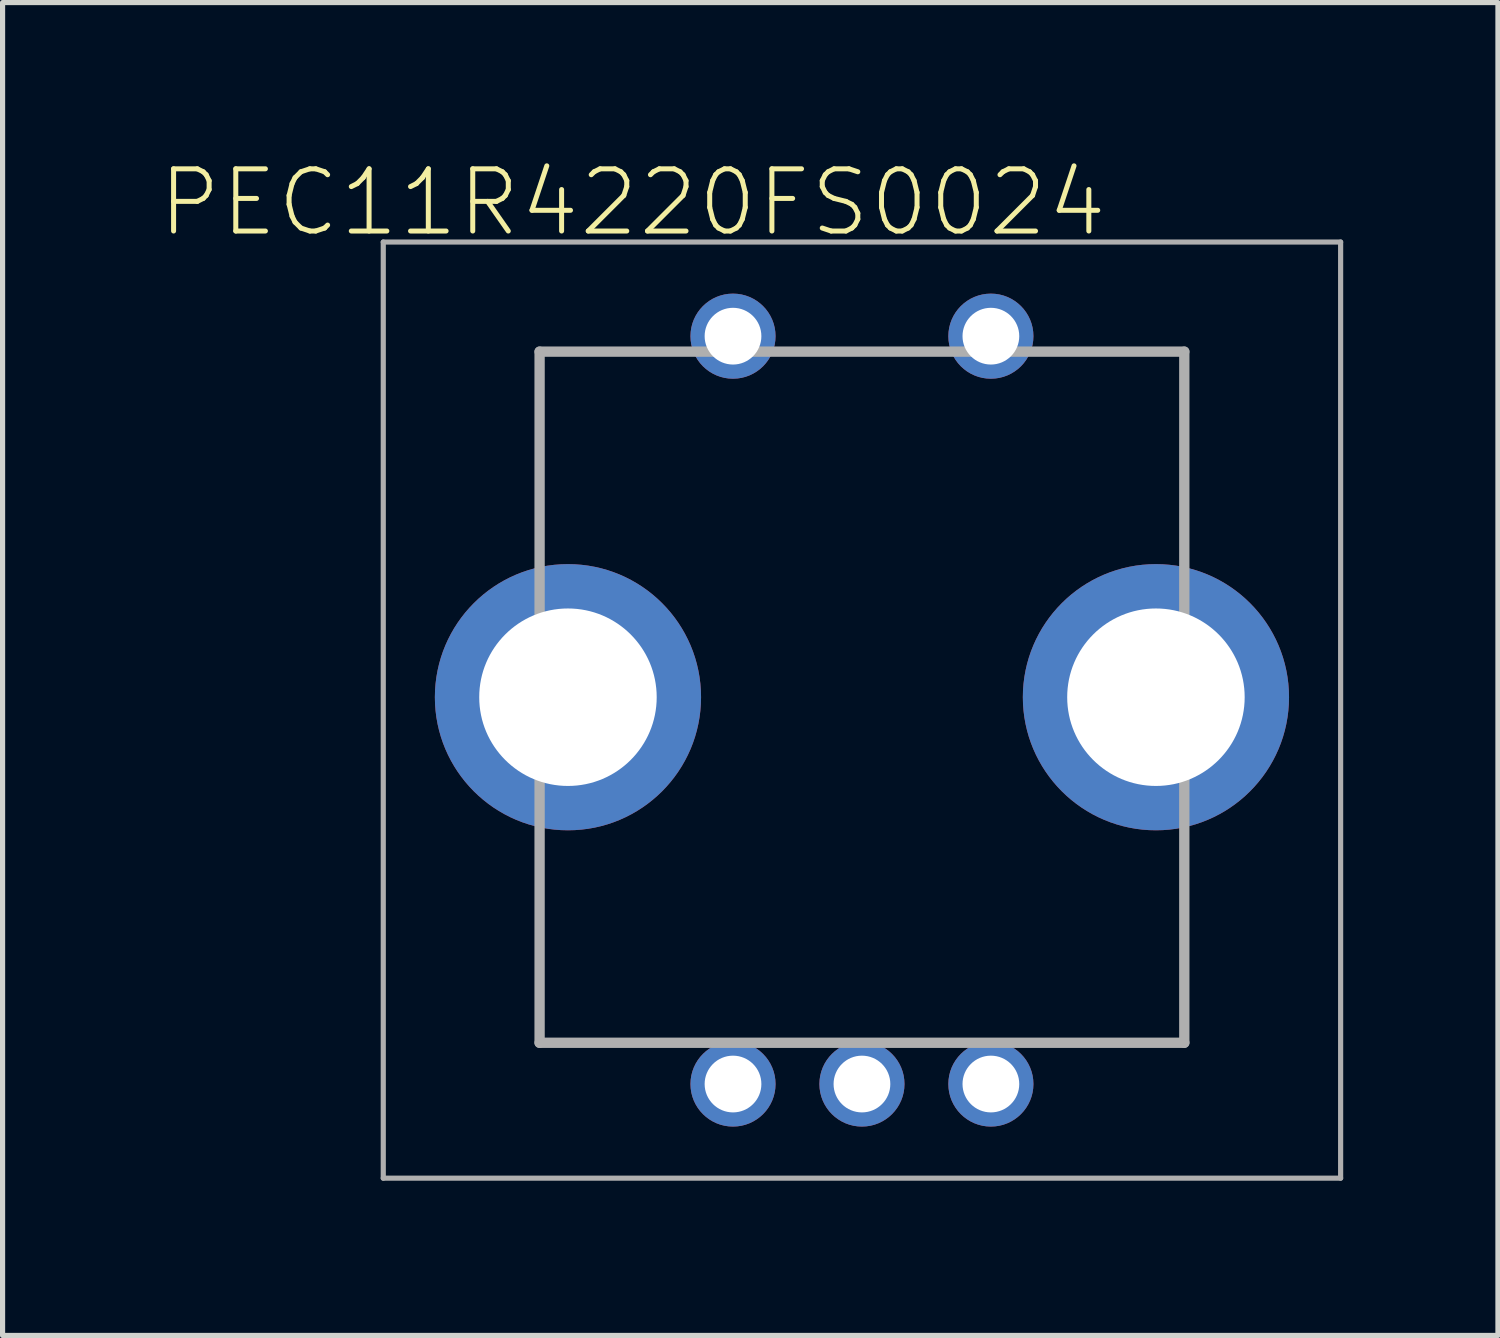
<source format=kicad_pcb>
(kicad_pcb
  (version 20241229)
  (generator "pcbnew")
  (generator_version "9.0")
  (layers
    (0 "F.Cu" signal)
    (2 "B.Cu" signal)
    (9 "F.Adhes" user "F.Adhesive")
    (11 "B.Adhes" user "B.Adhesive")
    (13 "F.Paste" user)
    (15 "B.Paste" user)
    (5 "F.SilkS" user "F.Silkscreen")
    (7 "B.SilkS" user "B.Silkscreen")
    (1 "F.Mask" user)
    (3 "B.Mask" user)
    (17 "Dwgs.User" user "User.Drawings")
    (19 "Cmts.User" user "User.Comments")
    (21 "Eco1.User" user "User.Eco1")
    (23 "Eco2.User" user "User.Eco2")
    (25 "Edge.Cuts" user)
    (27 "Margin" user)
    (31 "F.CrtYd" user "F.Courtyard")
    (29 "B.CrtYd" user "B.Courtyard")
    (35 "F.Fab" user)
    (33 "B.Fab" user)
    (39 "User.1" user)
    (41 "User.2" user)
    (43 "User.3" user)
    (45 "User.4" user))
  (footprint "PEC11R4220FS0024"
    (layer "F.Cu")
    (at 11.162 3.468)
    (property "Reference" "PEC11R4220FS0024" (at -1.945 -2.592 180) (layer "F.SilkS") (effects (font (size 1.206 1.206) (thickness 0.097))))
    (attr through_hole)
    (fp_line (start -3.75 0.3) (end -1.5 0.3) (stroke (width 0.1) (type solid)) (layer "F.SilkS"))
    (fp_line (start -3.75 4) (end -3.75 0.3) (stroke (width 0.1) (type solid)) (layer "F.SilkS"))
    (fp_line (start -3.75 10) (end -3.75 13.7) (stroke (width 0.1) (type solid)) (layer "F.SilkS"))
    (fp_line (start -3.75 13.7) (end -1.5 13.7) (stroke (width 0.1) (type solid)) (layer "F.SilkS"))
    (fp_line (start 6.5 0.3) (end 8.75 0.3) (stroke (width 0.1) (type solid)) (layer "F.SilkS"))
    (fp_line (start 6.5 13.7) (end 8.75 13.7) (stroke (width 0.1) (type solid)) (layer "F.SilkS"))
    (fp_line (start 8.75 0.3) (end 8.75 4) (stroke (width 0.1) (type solid)) (layer "F.SilkS"))
    (fp_line (start 8.75 13.7) (end 8.75 10) (stroke (width 0.1) (type solid)) (layer "F.SilkS"))
    (fp_line (start -6.781 -1.825) (end 11.781 -1.825) (stroke (width 0.1) (type solid)) (layer "F.Fab"))
    (fp_line (start -6.781 16.325) (end -6.781 -1.825) (stroke (width 0.1) (type solid)) (layer "F.Fab"))
    (fp_line (start -3.75 0.3) (end 8.75 0.3) (stroke (width 0.2) (type solid)) (layer "F.Fab"))
    (fp_line (start -3.75 13.7) (end -3.75 0.3) (stroke (width 0.2) (type solid)) (layer "F.Fab"))
    (fp_line (start 8.75 0.3) (end 8.75 13.7) (stroke (width 0.2) (type solid)) (layer "F.Fab"))
    (fp_line (start 8.75 13.7) (end -3.75 13.7) (stroke (width 0.2) (type solid)) (layer "F.Fab"))
    (fp_line (start 11.781 -1.825) (end 11.781 16.325) (stroke (width 0.1) (type solid)) (layer "F.Fab"))
    (fp_line (start 11.781 16.325) (end -6.781 16.325) (stroke (width 0.1) (type solid)) (layer "F.Fab"))
    (pad "1" thru_hole circle (at 0 0) (size 1.65 1.65) (drill 1.1) (layers "*.Cu" "*.Mask"))
    (pad "2" thru_hole circle (at 5 0) (size 1.65 1.65) (drill 1.1) (layers "*.Cu" "*.Mask"))
    (pad "A1" thru_hole circle (at 0 14.5) (size 1.65 1.65) (drill 1.1) (layers "*.Cu" "*.Mask"))
    (pad "B1" thru_hole circle (at 5 14.5) (size 1.65 1.65) (drill 1.1) (layers "*.Cu" "*.Mask"))
    (pad "C1" thru_hole circle (at 2.5 14.5) (size 1.65 1.65) (drill 1.1) (layers "*.Cu" "*.Mask"))
    (pad "MH1" thru_hole circle (at -3.2 7) (size 5.161 5.161) (drill 3.441) (layers "*.Cu" "*.Mask"))
    (pad "MH2" thru_hole circle (at 8.2 7) (size 5.161 5.161) (drill 3.441) (layers "*.Cu" "*.Mask")))
  (gr_rect
    (start -3 -3)
    (end 25.993 22.843)
    (stroke (width 0.1) (type default))
    (fill no)
    (layer "Edge.Cuts")))
</source>
